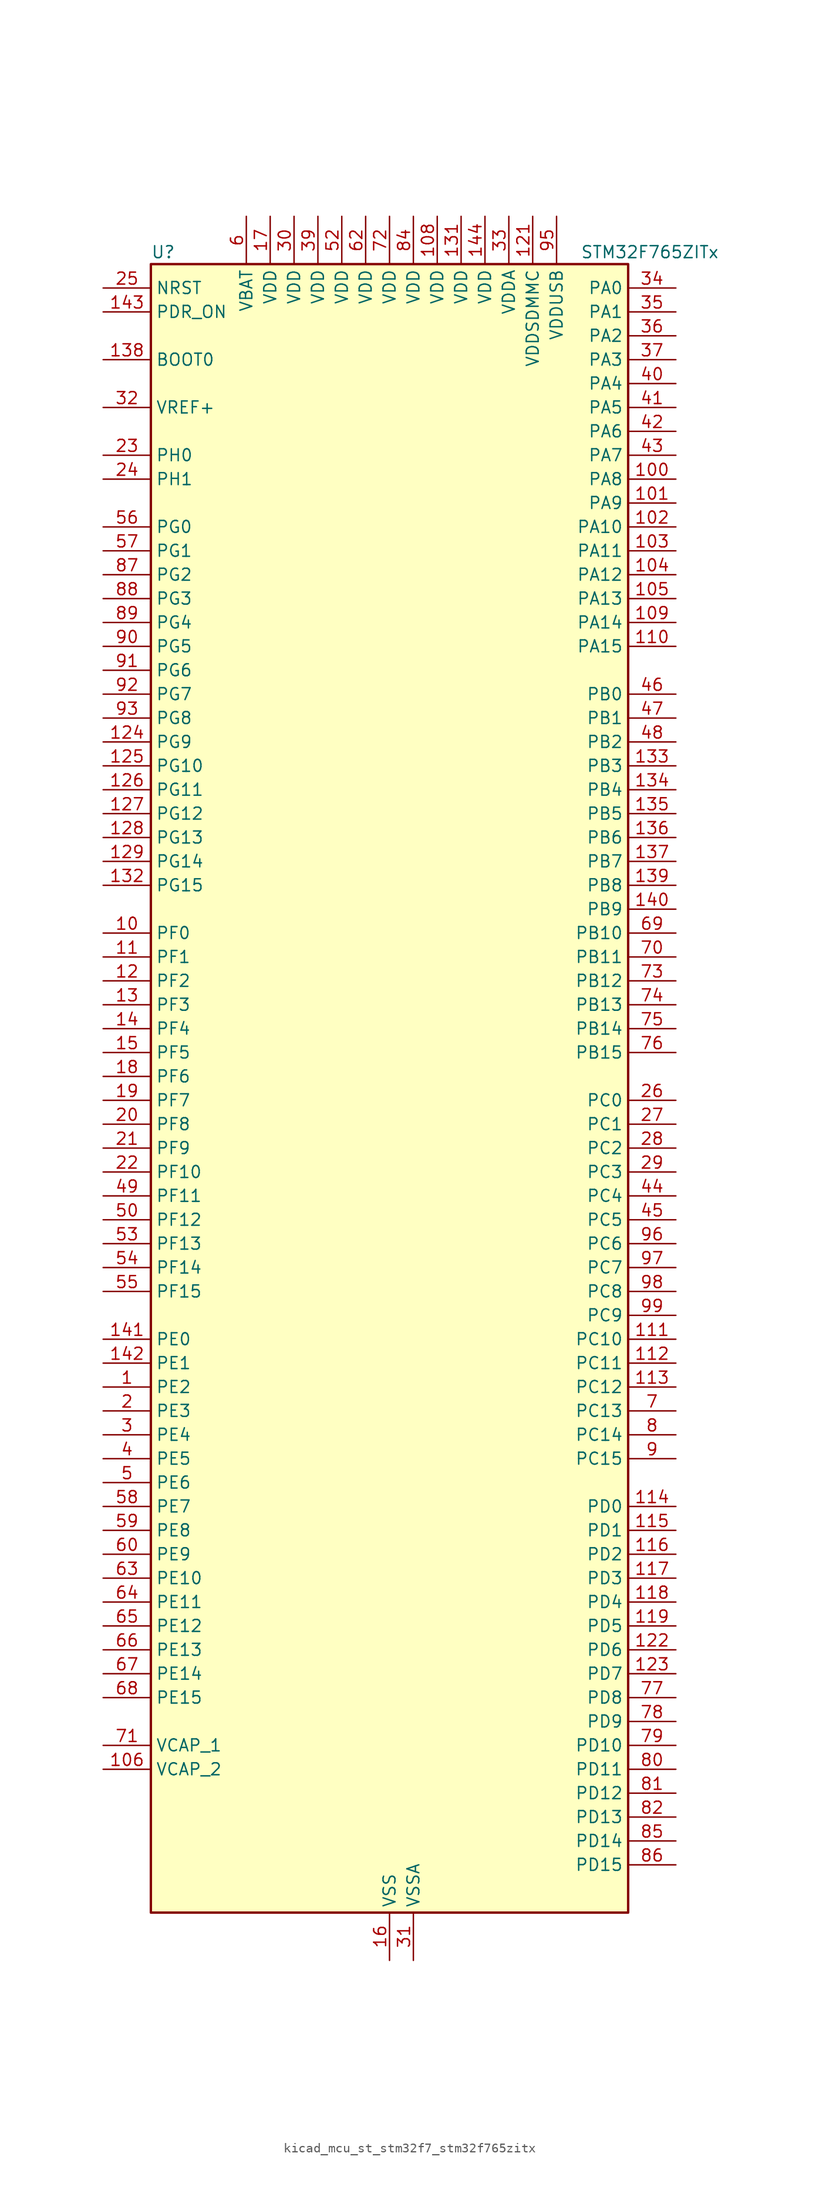
<source format=kicad_sym>
(kicad_symbol_lib
  (version 20220914)
  (generator kicad_symbol_editor)
  (symbol "kicad_mcu_st_stm32f7_stm32f765zitx"
    (property "Reference" "U"
      (at -25.4 90.17 0)
      (effects (font (size 1.27 1.27)) (justify left)))
    (property "Value" "STM32F765ZITx"
      (at 20.32 90.17 0)
      (effects (font (size 1.27 1.27)) (justify left)))
    (property "ki_locked" ""
      (at 0 0 0)
      (effects (font (size 1.27 1.27))))
    (symbol "kicad_mcu_st_stm32f7_stm32f765zitx_0_1"
      (rectangle (start -25.4 -86.36) (end 25.4 88.9) (stroke (width 0.254) (type default)) (fill (type background))))
    (symbol "kicad_mcu_st_stm32f7_stm32f765zitx_1_1"
      (pin bidirectional line (at -30.48 -30.48 0) (length 5.08) (name "PE2" (effects (font (size 1.27 1.27)))) (number "1" (effects (font (size 1.27 1.27)))) (alternate "ETH_TXD3" bidirectional line) (alternate "FMC_A23" bidirectional line) (alternate "QUADSPI_BK1_IO2" bidirectional line) (alternate "SAI1_MCLK_A" bidirectional line) (alternate "SPI4_SCK" bidirectional line) (alternate "SYS_TRACECLK" bidirectional line))
      (pin bidirectional line (at -30.48 17.78 0) (length 5.08) (name "PF0" (effects (font (size 1.27 1.27)))) (number "10" (effects (font (size 1.27 1.27)))) (alternate "FMC_A0" bidirectional line) (alternate "I2C2_SDA" bidirectional line))
      (pin bidirectional line (at 30.48 66.04 180) (length 5.08) (name "PA8" (effects (font (size 1.27 1.27)))) (number "100" (effects (font (size 1.27 1.27)))) (alternate "CAN3_RX" bidirectional line) (alternate "I2C3_SCL" bidirectional line) (alternate "RCC_MCO_1" bidirectional line) (alternate "TIM1_CH1" bidirectional line) (alternate "TIM8_BKIN2" bidirectional line) (alternate "UART7_RX" bidirectional line) (alternate "USART1_CK" bidirectional line) (alternate "USB_OTG_FS_SOF" bidirectional line))
      (pin bidirectional line (at 30.48 63.5 180) (length 5.08) (name "PA9" (effects (font (size 1.27 1.27)))) (number "101" (effects (font (size 1.27 1.27)))) (alternate "DAC_EXTI9" bidirectional line) (alternate "DCMI_D0" bidirectional line) (alternate "I2C3_SMBA" bidirectional line) (alternate "I2S2_CK" bidirectional line) (alternate "SPI2_SCK" bidirectional line) (alternate "TIM1_CH2" bidirectional line) (alternate "USART1_TX" bidirectional line) (alternate "USB_OTG_FS_VBUS" bidirectional line))
      (pin bidirectional line (at 30.48 60.96 180) (length 5.08) (name "PA10" (effects (font (size 1.27 1.27)))) (number "102" (effects (font (size 1.27 1.27)))) (alternate "DCMI_D1" bidirectional line) (alternate "MDIOS_MDIO" bidirectional line) (alternate "TIM1_CH3" bidirectional line) (alternate "USART1_RX" bidirectional line) (alternate "USB_OTG_FS_ID" bidirectional line))
      (pin bidirectional line (at 30.48 58.42 180) (length 5.08) (name "PA11" (effects (font (size 1.27 1.27)))) (number "103" (effects (font (size 1.27 1.27)))) (alternate "ADC1_EXTI11" bidirectional line) (alternate "ADC2_EXTI11" bidirectional line) (alternate "ADC3_EXTI11" bidirectional line) (alternate "CAN1_RX" bidirectional line) (alternate "I2S2_WS" bidirectional line) (alternate "SPI2_NSS" bidirectional line) (alternate "TIM1_CH4" bidirectional line) (alternate "UART4_RX" bidirectional line) (alternate "USART1_CTS" bidirectional line) (alternate "USB_OTG_FS_DM" bidirectional line))
      (pin bidirectional line (at 30.48 55.88 180) (length 5.08) (name "PA12" (effects (font (size 1.27 1.27)))) (number "104" (effects (font (size 1.27 1.27)))) (alternate "CAN1_TX" bidirectional line) (alternate "I2S2_CK" bidirectional line) (alternate "SAI2_FS_B" bidirectional line) (alternate "SPI2_SCK" bidirectional line) (alternate "TIM1_ETR" bidirectional line) (alternate "UART4_TX" bidirectional line) (alternate "USART1_DE" bidirectional line) (alternate "USART1_RTS" bidirectional line) (alternate "USB_OTG_FS_DP" bidirectional line))
      (pin bidirectional line (at 30.48 53.34 180) (length 5.08) (name "PA13" (effects (font (size 1.27 1.27)))) (number "105" (effects (font (size 1.27 1.27)))) (alternate "SYS_JTMS-SWDIO" bidirectional line))
      (pin power_out line (at -30.48 -71.12 0) (length 5.08) (name "VCAP_2" (effects (font (size 1.27 1.27)))) (number "106" (effects (font (size 1.27 1.27)))))
      (pin passive line (at 0 -91.44 90) (length 5.08) hide (name "VSS" (effects (font (size 1.27 1.27)))) (number "107" (effects (font (size 1.27 1.27)))))
      (pin power_in line (at 5.08 93.98 270) (length 5.08) (name "VDD" (effects (font (size 1.27 1.27)))) (number "108" (effects (font (size 1.27 1.27)))))
      (pin bidirectional line (at 30.48 50.8 180) (length 5.08) (name "PA14" (effects (font (size 1.27 1.27)))) (number "109" (effects (font (size 1.27 1.27)))) (alternate "SYS_JTCK-SWCLK" bidirectional line))
      (pin bidirectional line (at -30.48 15.24 0) (length 5.08) (name "PF1" (effects (font (size 1.27 1.27)))) (number "11" (effects (font (size 1.27 1.27)))) (alternate "FMC_A1" bidirectional line) (alternate "I2C2_SCL" bidirectional line))
      (pin bidirectional line (at 30.48 48.26 180) (length 5.08) (name "PA15" (effects (font (size 1.27 1.27)))) (number "110" (effects (font (size 1.27 1.27)))) (alternate "CAN3_TX" bidirectional line) (alternate "CEC" bidirectional line) (alternate "I2S1_WS" bidirectional line) (alternate "I2S3_WS" bidirectional line) (alternate "SPI1_NSS" bidirectional line) (alternate "SPI3_NSS" bidirectional line) (alternate "SPI6_NSS" bidirectional line) (alternate "SYS_JTDI" bidirectional line) (alternate "TIM2_CH1" bidirectional line) (alternate "TIM2_ETR" bidirectional line) (alternate "UART4_DE" bidirectional line) (alternate "UART4_RTS" bidirectional line) (alternate "UART7_TX" bidirectional line))
      (pin bidirectional line (at 30.48 -25.4 180) (length 5.08) (name "PC10" (effects (font (size 1.27 1.27)))) (number "111" (effects (font (size 1.27 1.27)))) (alternate "DCMI_D8" bidirectional line) (alternate "DFSDM1_CKIN5" bidirectional line) (alternate "I2S3_CK" bidirectional line) (alternate "QUADSPI_BK1_IO1" bidirectional line) (alternate "SDMMC1_D2" bidirectional line) (alternate "SPI3_SCK" bidirectional line) (alternate "UART4_TX" bidirectional line) (alternate "USART3_TX" bidirectional line))
      (pin bidirectional line (at 30.48 -27.94 180) (length 5.08) (name "PC11" (effects (font (size 1.27 1.27)))) (number "112" (effects (font (size 1.27 1.27)))) (alternate "ADC1_EXTI11" bidirectional line) (alternate "ADC2_EXTI11" bidirectional line) (alternate "ADC3_EXTI11" bidirectional line) (alternate "DCMI_D4" bidirectional line) (alternate "DFSDM1_DATIN5" bidirectional line) (alternate "QUADSPI_BK2_NCS" bidirectional line) (alternate "SDMMC1_D3" bidirectional line) (alternate "SPI3_MISO" bidirectional line) (alternate "UART4_RX" bidirectional line) (alternate "USART3_RX" bidirectional line))
      (pin bidirectional line (at 30.48 -30.48 180) (length 5.08) (name "PC12" (effects (font (size 1.27 1.27)))) (number "113" (effects (font (size 1.27 1.27)))) (alternate "DCMI_D9" bidirectional line) (alternate "I2S3_SD" bidirectional line) (alternate "SDMMC1_CK" bidirectional line) (alternate "SPI3_MOSI" bidirectional line) (alternate "SYS_TRACED3" bidirectional line) (alternate "UART5_TX" bidirectional line) (alternate "USART3_CK" bidirectional line))
      (pin bidirectional line (at 30.48 -43.18 180) (length 5.08) (name "PD0" (effects (font (size 1.27 1.27)))) (number "114" (effects (font (size 1.27 1.27)))) (alternate "CAN1_RX" bidirectional line) (alternate "DFSDM1_CKIN6" bidirectional line) (alternate "DFSDM1_DATIN7" bidirectional line) (alternate "FMC_D2" bidirectional line) (alternate "FMC_DA2" bidirectional line) (alternate "UART4_RX" bidirectional line))
      (pin bidirectional line (at 30.48 -45.72 180) (length 5.08) (name "PD1" (effects (font (size 1.27 1.27)))) (number "115" (effects (font (size 1.27 1.27)))) (alternate "CAN1_TX" bidirectional line) (alternate "DFSDM1_CKIN7" bidirectional line) (alternate "DFSDM1_DATIN6" bidirectional line) (alternate "FMC_D3" bidirectional line) (alternate "FMC_DA3" bidirectional line) (alternate "UART4_TX" bidirectional line))
      (pin bidirectional line (at 30.48 -48.26 180) (length 5.08) (name "PD2" (effects (font (size 1.27 1.27)))) (number "116" (effects (font (size 1.27 1.27)))) (alternate "DCMI_D11" bidirectional line) (alternate "SDMMC1_CMD" bidirectional line) (alternate "SYS_TRACED2" bidirectional line) (alternate "TIM3_ETR" bidirectional line) (alternate "UART5_RX" bidirectional line))
      (pin bidirectional line (at 30.48 -50.8 180) (length 5.08) (name "PD3" (effects (font (size 1.27 1.27)))) (number "117" (effects (font (size 1.27 1.27)))) (alternate "DCMI_D5" bidirectional line) (alternate "DFSDM1_CKOUT" bidirectional line) (alternate "DFSDM1_DATIN0" bidirectional line) (alternate "FMC_CLK" bidirectional line) (alternate "I2S2_CK" bidirectional line) (alternate "SPI2_SCK" bidirectional line) (alternate "USART2_CTS" bidirectional line))
      (pin bidirectional line (at 30.48 -53.34 180) (length 5.08) (name "PD4" (effects (font (size 1.27 1.27)))) (number "118" (effects (font (size 1.27 1.27)))) (alternate "DFSDM1_CKIN0" bidirectional line) (alternate "FMC_NOE" bidirectional line) (alternate "USART2_DE" bidirectional line) (alternate "USART2_RTS" bidirectional line))
      (pin bidirectional line (at 30.48 -55.88 180) (length 5.08) (name "PD5" (effects (font (size 1.27 1.27)))) (number "119" (effects (font (size 1.27 1.27)))) (alternate "FMC_NWE" bidirectional line) (alternate "USART2_TX" bidirectional line))
      (pin bidirectional line (at -30.48 12.7 0) (length 5.08) (name "PF2" (effects (font (size 1.27 1.27)))) (number "12" (effects (font (size 1.27 1.27)))) (alternate "FMC_A2" bidirectional line) (alternate "I2C2_SMBA" bidirectional line))
      (pin passive line (at 0 -91.44 90) (length 5.08) hide (name "VSS" (effects (font (size 1.27 1.27)))) (number "120" (effects (font (size 1.27 1.27)))))
      (pin power_in line (at 15.24 93.98 270) (length 5.08) (name "VDDSDMMC" (effects (font (size 1.27 1.27)))) (number "121" (effects (font (size 1.27 1.27)))))
      (pin bidirectional line (at 30.48 -58.42 180) (length 5.08) (name "PD6" (effects (font (size 1.27 1.27)))) (number "122" (effects (font (size 1.27 1.27)))) (alternate "DCMI_D10" bidirectional line) (alternate "DFSDM1_CKIN4" bidirectional line) (alternate "DFSDM1_DATIN1" bidirectional line) (alternate "FMC_NWAIT" bidirectional line) (alternate "I2S3_SD" bidirectional line) (alternate "SAI1_SD_A" bidirectional line) (alternate "SDMMC2_CK" bidirectional line) (alternate "SPI3_MOSI" bidirectional line) (alternate "USART2_RX" bidirectional line))
      (pin bidirectional line (at 30.48 -60.96 180) (length 5.08) (name "PD7" (effects (font (size 1.27 1.27)))) (number "123" (effects (font (size 1.27 1.27)))) (alternate "DFSDM1_CKIN1" bidirectional line) (alternate "DFSDM1_DATIN4" bidirectional line) (alternate "FMC_NE1" bidirectional line) (alternate "I2S1_SD" bidirectional line) (alternate "SDMMC2_CMD" bidirectional line) (alternate "SPDIFRX_IN0" bidirectional line) (alternate "SPI1_MOSI" bidirectional line) (alternate "USART2_CK" bidirectional line))
      (pin bidirectional line (at -30.48 38.1 0) (length 5.08) (name "PG9" (effects (font (size 1.27 1.27)))) (number "124" (effects (font (size 1.27 1.27)))) (alternate "DAC_EXTI9" bidirectional line) (alternate "DCMI_VSYNC" bidirectional line) (alternate "FMC_NCE" bidirectional line) (alternate "FMC_NE2" bidirectional line) (alternate "QUADSPI_BK2_IO2" bidirectional line) (alternate "SAI2_FS_B" bidirectional line) (alternate "SDMMC2_D0" bidirectional line) (alternate "SPDIFRX_IN3" bidirectional line) (alternate "SPI1_MISO" bidirectional line) (alternate "USART6_RX" bidirectional line))
      (pin bidirectional line (at -30.48 35.56 0) (length 5.08) (name "PG10" (effects (font (size 1.27 1.27)))) (number "125" (effects (font (size 1.27 1.27)))) (alternate "DCMI_D2" bidirectional line) (alternate "FMC_NE3" bidirectional line) (alternate "I2S1_WS" bidirectional line) (alternate "SAI2_SD_B" bidirectional line) (alternate "SDMMC2_D1" bidirectional line) (alternate "SPI1_NSS" bidirectional line))
      (pin bidirectional line (at -30.48 33.02 0) (length 5.08) (name "PG11" (effects (font (size 1.27 1.27)))) (number "126" (effects (font (size 1.27 1.27)))) (alternate "ADC1_EXTI11" bidirectional line) (alternate "ADC2_EXTI11" bidirectional line) (alternate "ADC3_EXTI11" bidirectional line) (alternate "DCMI_D3" bidirectional line) (alternate "ETH_TX_EN" bidirectional line) (alternate "I2S1_CK" bidirectional line) (alternate "SDMMC2_D2" bidirectional line) (alternate "SPDIFRX_IN0" bidirectional line) (alternate "SPI1_SCK" bidirectional line))
      (pin bidirectional line (at -30.48 30.48 0) (length 5.08) (name "PG12" (effects (font (size 1.27 1.27)))) (number "127" (effects (font (size 1.27 1.27)))) (alternate "FMC_NE4" bidirectional line) (alternate "LPTIM1_IN1" bidirectional line) (alternate "SDMMC2_D3" bidirectional line) (alternate "SPDIFRX_IN1" bidirectional line) (alternate "SPI6_MISO" bidirectional line) (alternate "USART6_DE" bidirectional line) (alternate "USART6_RTS" bidirectional line))
      (pin bidirectional line (at -30.48 27.94 0) (length 5.08) (name "PG13" (effects (font (size 1.27 1.27)))) (number "128" (effects (font (size 1.27 1.27)))) (alternate "ETH_TXD0" bidirectional line) (alternate "FMC_A24" bidirectional line) (alternate "LPTIM1_OUT" bidirectional line) (alternate "SPI6_SCK" bidirectional line) (alternate "SYS_TRACED0" bidirectional line) (alternate "USART6_CTS" bidirectional line))
      (pin bidirectional line (at -30.48 25.4 0) (length 5.08) (name "PG14" (effects (font (size 1.27 1.27)))) (number "129" (effects (font (size 1.27 1.27)))) (alternate "ETH_TXD1" bidirectional line) (alternate "FMC_A25" bidirectional line) (alternate "LPTIM1_ETR" bidirectional line) (alternate "QUADSPI_BK2_IO3" bidirectional line) (alternate "SPI6_MOSI" bidirectional line) (alternate "SYS_TRACED1" bidirectional line) (alternate "USART6_TX" bidirectional line))
      (pin bidirectional line (at -30.48 10.16 0) (length 5.08) (name "PF3" (effects (font (size 1.27 1.27)))) (number "13" (effects (font (size 1.27 1.27)))) (alternate "ADC3_IN9" bidirectional line) (alternate "FMC_A3" bidirectional line))
      (pin passive line (at 0 -91.44 90) (length 5.08) hide (name "VSS" (effects (font (size 1.27 1.27)))) (number "130" (effects (font (size 1.27 1.27)))))
      (pin power_in line (at 7.62 93.98 270) (length 5.08) (name "VDD" (effects (font (size 1.27 1.27)))) (number "131" (effects (font (size 1.27 1.27)))))
      (pin bidirectional line (at -30.48 22.86 0) (length 5.08) (name "PG15" (effects (font (size 1.27 1.27)))) (number "132" (effects (font (size 1.27 1.27)))) (alternate "DCMI_D13" bidirectional line) (alternate "FMC_SDNCAS" bidirectional line) (alternate "USART6_CTS" bidirectional line))
      (pin bidirectional line (at 30.48 35.56 180) (length 5.08) (name "PB3" (effects (font (size 1.27 1.27)))) (number "133" (effects (font (size 1.27 1.27)))) (alternate "CAN3_RX" bidirectional line) (alternate "I2S1_CK" bidirectional line) (alternate "I2S3_CK" bidirectional line) (alternate "SDMMC2_D2" bidirectional line) (alternate "SPI1_SCK" bidirectional line) (alternate "SPI3_SCK" bidirectional line) (alternate "SPI6_SCK" bidirectional line) (alternate "SYS_JTDO-SWO" bidirectional line) (alternate "TIM2_CH2" bidirectional line) (alternate "UART7_RX" bidirectional line))
      (pin bidirectional line (at 30.48 33.02 180) (length 5.08) (name "PB4" (effects (font (size 1.27 1.27)))) (number "134" (effects (font (size 1.27 1.27)))) (alternate "CAN3_TX" bidirectional line) (alternate "I2S2_WS" bidirectional line) (alternate "SDMMC2_D3" bidirectional line) (alternate "SPI1_MISO" bidirectional line) (alternate "SPI2_NSS" bidirectional line) (alternate "SPI3_MISO" bidirectional line) (alternate "SPI6_MISO" bidirectional line) (alternate "SYS_JTRST" bidirectional line) (alternate "TIM3_CH1" bidirectional line) (alternate "UART7_TX" bidirectional line))
      (pin bidirectional line (at 30.48 30.48 180) (length 5.08) (name "PB5" (effects (font (size 1.27 1.27)))) (number "135" (effects (font (size 1.27 1.27)))) (alternate "CAN2_RX" bidirectional line) (alternate "DCMI_D10" bidirectional line) (alternate "ETH_PPS_OUT" bidirectional line) (alternate "FMC_SDCKE1" bidirectional line) (alternate "I2C1_SMBA" bidirectional line) (alternate "I2S1_SD" bidirectional line) (alternate "I2S3_SD" bidirectional line) (alternate "SPI1_MOSI" bidirectional line) (alternate "SPI3_MOSI" bidirectional line) (alternate "SPI6_MOSI" bidirectional line) (alternate "TIM3_CH2" bidirectional line) (alternate "UART5_RX" bidirectional line) (alternate "USB_OTG_HS_ULPI_D7" bidirectional line))
      (pin bidirectional line (at 30.48 27.94 180) (length 5.08) (name "PB6" (effects (font (size 1.27 1.27)))) (number "136" (effects (font (size 1.27 1.27)))) (alternate "CAN2_TX" bidirectional line) (alternate "CEC" bidirectional line) (alternate "DCMI_D5" bidirectional line) (alternate "DFSDM1_DATIN5" bidirectional line) (alternate "FMC_SDNE1" bidirectional line) (alternate "I2C1_SCL" bidirectional line) (alternate "I2C4_SCL" bidirectional line) (alternate "QUADSPI_BK1_NCS" bidirectional line) (alternate "TIM4_CH1" bidirectional line) (alternate "UART5_TX" bidirectional line) (alternate "USART1_TX" bidirectional line))
      (pin bidirectional line (at 30.48 25.4 180) (length 5.08) (name "PB7" (effects (font (size 1.27 1.27)))) (number "137" (effects (font (size 1.27 1.27)))) (alternate "DCMI_VSYNC" bidirectional line) (alternate "DFSDM1_CKIN5" bidirectional line) (alternate "FMC_NL" bidirectional line) (alternate "I2C1_SDA" bidirectional line) (alternate "I2C4_SDA" bidirectional line) (alternate "TIM4_CH2" bidirectional line) (alternate "USART1_RX" bidirectional line))
      (pin input line (at -30.48 78.74 0) (length 5.08) (name "BOOT0" (effects (font (size 1.27 1.27)))) (number "138" (effects (font (size 1.27 1.27)))))
      (pin bidirectional line (at 30.48 22.86 180) (length 5.08) (name "PB8" (effects (font (size 1.27 1.27)))) (number "139" (effects (font (size 1.27 1.27)))) (alternate "CAN1_RX" bidirectional line) (alternate "DCMI_D6" bidirectional line) (alternate "DFSDM1_CKIN7" bidirectional line) (alternate "ETH_TXD3" bidirectional line) (alternate "I2C1_SCL" bidirectional line) (alternate "I2C4_SCL" bidirectional line) (alternate "SDMMC1_D4" bidirectional line) (alternate "SDMMC2_D4" bidirectional line) (alternate "TIM10_CH1" bidirectional line) (alternate "TIM4_CH3" bidirectional line) (alternate "UART5_RX" bidirectional line))
      (pin bidirectional line (at -30.48 7.62 0) (length 5.08) (name "PF4" (effects (font (size 1.27 1.27)))) (number "14" (effects (font (size 1.27 1.27)))) (alternate "ADC3_IN14" bidirectional line) (alternate "FMC_A4" bidirectional line))
      (pin bidirectional line (at 30.48 20.32 180) (length 5.08) (name "PB9" (effects (font (size 1.27 1.27)))) (number "140" (effects (font (size 1.27 1.27)))) (alternate "CAN1_TX" bidirectional line) (alternate "DAC_EXTI9" bidirectional line) (alternate "DCMI_D7" bidirectional line) (alternate "DFSDM1_DATIN7" bidirectional line) (alternate "I2C1_SDA" bidirectional line) (alternate "I2C4_SDA" bidirectional line) (alternate "I2C4_SMBA" bidirectional line) (alternate "I2S2_WS" bidirectional line) (alternate "SDMMC1_D5" bidirectional line) (alternate "SDMMC2_D5" bidirectional line) (alternate "SPI2_NSS" bidirectional line) (alternate "TIM11_CH1" bidirectional line) (alternate "TIM4_CH4" bidirectional line) (alternate "UART5_TX" bidirectional line))
      (pin bidirectional line (at -30.48 -25.4 0) (length 5.08) (name "PE0" (effects (font (size 1.27 1.27)))) (number "141" (effects (font (size 1.27 1.27)))) (alternate "DCMI_D2" bidirectional line) (alternate "FMC_NBL0" bidirectional line) (alternate "LPTIM1_ETR" bidirectional line) (alternate "SAI2_MCLK_A" bidirectional line) (alternate "TIM4_ETR" bidirectional line) (alternate "UART8_RX" bidirectional line))
      (pin bidirectional line (at -30.48 -27.94 0) (length 5.08) (name "PE1" (effects (font (size 1.27 1.27)))) (number "142" (effects (font (size 1.27 1.27)))) (alternate "DCMI_D3" bidirectional line) (alternate "FMC_NBL1" bidirectional line) (alternate "LPTIM1_IN2" bidirectional line) (alternate "UART8_TX" bidirectional line))
      (pin input line (at -30.48 83.82 0) (length 5.08) (name "PDR_ON" (effects (font (size 1.27 1.27)))) (number "143" (effects (font (size 1.27 1.27)))))
      (pin power_in line (at 10.16 93.98 270) (length 5.08) (name "VDD" (effects (font (size 1.27 1.27)))) (number "144" (effects (font (size 1.27 1.27)))))
      (pin bidirectional line (at -30.48 5.08 0) (length 5.08) (name "PF5" (effects (font (size 1.27 1.27)))) (number "15" (effects (font (size 1.27 1.27)))) (alternate "ADC3_IN15" bidirectional line) (alternate "FMC_A5" bidirectional line))
      (pin power_in line (at 0 -91.44 90) (length 5.08) (name "VSS" (effects (font (size 1.27 1.27)))) (number "16" (effects (font (size 1.27 1.27)))))
      (pin power_in line (at -12.7 93.98 270) (length 5.08) (name "VDD" (effects (font (size 1.27 1.27)))) (number "17" (effects (font (size 1.27 1.27)))))
      (pin bidirectional line (at -30.48 2.54 0) (length 5.08) (name "PF6" (effects (font (size 1.27 1.27)))) (number "18" (effects (font (size 1.27 1.27)))) (alternate "ADC3_IN4" bidirectional line) (alternate "QUADSPI_BK1_IO3" bidirectional line) (alternate "SAI1_SD_B" bidirectional line) (alternate "SPI5_NSS" bidirectional line) (alternate "TIM10_CH1" bidirectional line) (alternate "UART7_RX" bidirectional line))
      (pin bidirectional line (at -30.48 0 0) (length 5.08) (name "PF7" (effects (font (size 1.27 1.27)))) (number "19" (effects (font (size 1.27 1.27)))) (alternate "ADC3_IN5" bidirectional line) (alternate "QUADSPI_BK1_IO2" bidirectional line) (alternate "SAI1_MCLK_B" bidirectional line) (alternate "SPI5_SCK" bidirectional line) (alternate "TIM11_CH1" bidirectional line) (alternate "UART7_TX" bidirectional line))
      (pin bidirectional line (at -30.48 -33.02 0) (length 5.08) (name "PE3" (effects (font (size 1.27 1.27)))) (number "2" (effects (font (size 1.27 1.27)))) (alternate "FMC_A19" bidirectional line) (alternate "SAI1_SD_B" bidirectional line) (alternate "SYS_TRACED0" bidirectional line))
      (pin bidirectional line (at -30.48 -2.54 0) (length 5.08) (name "PF8" (effects (font (size 1.27 1.27)))) (number "20" (effects (font (size 1.27 1.27)))) (alternate "ADC3_IN6" bidirectional line) (alternate "QUADSPI_BK1_IO0" bidirectional line) (alternate "SAI1_SCK_B" bidirectional line) (alternate "SPI5_MISO" bidirectional line) (alternate "TIM13_CH1" bidirectional line) (alternate "UART7_DE" bidirectional line) (alternate "UART7_RTS" bidirectional line))
      (pin bidirectional line (at -30.48 -5.08 0) (length 5.08) (name "PF9" (effects (font (size 1.27 1.27)))) (number "21" (effects (font (size 1.27 1.27)))) (alternate "ADC3_IN7" bidirectional line) (alternate "DAC_EXTI9" bidirectional line) (alternate "QUADSPI_BK1_IO1" bidirectional line) (alternate "SAI1_FS_B" bidirectional line) (alternate "SPI5_MOSI" bidirectional line) (alternate "TIM14_CH1" bidirectional line) (alternate "UART7_CTS" bidirectional line))
      (pin bidirectional line (at -30.48 -7.62 0) (length 5.08) (name "PF10" (effects (font (size 1.27 1.27)))) (number "22" (effects (font (size 1.27 1.27)))) (alternate "ADC3_IN8" bidirectional line) (alternate "DCMI_D11" bidirectional line) (alternate "QUADSPI_CLK" bidirectional line))
      (pin bidirectional line (at -30.48 68.58 0) (length 5.08) (name "PH0" (effects (font (size 1.27 1.27)))) (number "23" (effects (font (size 1.27 1.27)))) (alternate "RCC_OSC_IN" bidirectional line))
      (pin bidirectional line (at -30.48 66.04 0) (length 5.08) (name "PH1" (effects (font (size 1.27 1.27)))) (number "24" (effects (font (size 1.27 1.27)))) (alternate "RCC_OSC_OUT" bidirectional line))
      (pin input line (at -30.48 86.36 0) (length 5.08) (name "NRST" (effects (font (size 1.27 1.27)))) (number "25" (effects (font (size 1.27 1.27)))))
      (pin bidirectional line (at 30.48 0 180) (length 5.08) (name "PC0" (effects (font (size 1.27 1.27)))) (number "26" (effects (font (size 1.27 1.27)))) (alternate "ADC1_IN10" bidirectional line) (alternate "ADC2_IN10" bidirectional line) (alternate "ADC3_IN10" bidirectional line) (alternate "DFSDM1_CKIN0" bidirectional line) (alternate "DFSDM1_DATIN4" bidirectional line) (alternate "FMC_SDNWE" bidirectional line) (alternate "SAI2_FS_B" bidirectional line) (alternate "USB_OTG_HS_ULPI_STP" bidirectional line))
      (pin bidirectional line (at 30.48 -2.54 180) (length 5.08) (name "PC1" (effects (font (size 1.27 1.27)))) (number "27" (effects (font (size 1.27 1.27)))) (alternate "ADC1_IN11" bidirectional line) (alternate "ADC2_IN11" bidirectional line) (alternate "ADC3_IN11" bidirectional line) (alternate "DFSDM1_CKIN4" bidirectional line) (alternate "DFSDM1_DATIN0" bidirectional line) (alternate "ETH_MDC" bidirectional line) (alternate "I2S2_SD" bidirectional line) (alternate "MDIOS_MDC" bidirectional line) (alternate "RTC_TAMP3" bidirectional line) (alternate "RTC_TS" bidirectional line) (alternate "SAI1_SD_A" bidirectional line) (alternate "SPI2_MOSI" bidirectional line) (alternate "SYS_TRACED0" bidirectional line) (alternate "SYS_WKUP3" bidirectional line))
      (pin bidirectional line (at 30.48 -5.08 180) (length 5.08) (name "PC2" (effects (font (size 1.27 1.27)))) (number "28" (effects (font (size 1.27 1.27)))) (alternate "ADC1_IN12" bidirectional line) (alternate "ADC2_IN12" bidirectional line) (alternate "ADC3_IN12" bidirectional line) (alternate "DFSDM1_CKIN1" bidirectional line) (alternate "DFSDM1_CKOUT" bidirectional line) (alternate "ETH_TXD2" bidirectional line) (alternate "FMC_SDNE0" bidirectional line) (alternate "SPI2_MISO" bidirectional line) (alternate "USB_OTG_HS_ULPI_DIR" bidirectional line))
      (pin bidirectional line (at 30.48 -7.62 180) (length 5.08) (name "PC3" (effects (font (size 1.27 1.27)))) (number "29" (effects (font (size 1.27 1.27)))) (alternate "ADC1_IN13" bidirectional line) (alternate "ADC2_IN13" bidirectional line) (alternate "ADC3_IN13" bidirectional line) (alternate "DFSDM1_DATIN1" bidirectional line) (alternate "ETH_TX_CLK" bidirectional line) (alternate "FMC_SDCKE0" bidirectional line) (alternate "I2S2_SD" bidirectional line) (alternate "SPI2_MOSI" bidirectional line) (alternate "USB_OTG_HS_ULPI_NXT" bidirectional line))
      (pin bidirectional line (at -30.48 -35.56 0) (length 5.08) (name "PE4" (effects (font (size 1.27 1.27)))) (number "3" (effects (font (size 1.27 1.27)))) (alternate "DCMI_D4" bidirectional line) (alternate "DFSDM1_DATIN3" bidirectional line) (alternate "FMC_A20" bidirectional line) (alternate "SAI1_FS_A" bidirectional line) (alternate "SPI4_NSS" bidirectional line) (alternate "SYS_TRACED1" bidirectional line))
      (pin power_in line (at -10.16 93.98 270) (length 5.08) (name "VDD" (effects (font (size 1.27 1.27)))) (number "30" (effects (font (size 1.27 1.27)))))
      (pin power_in line (at 2.54 -91.44 90) (length 5.08) (name "VSSA" (effects (font (size 1.27 1.27)))) (number "31" (effects (font (size 1.27 1.27)))))
      (pin input line (at -30.48 73.66 0) (length 5.08) (name "VREF+" (effects (font (size 1.27 1.27)))) (number "32" (effects (font (size 1.27 1.27)))))
      (pin power_in line (at 12.7 93.98 270) (length 5.08) (name "VDDA" (effects (font (size 1.27 1.27)))) (number "33" (effects (font (size 1.27 1.27)))))
      (pin bidirectional line (at 30.48 86.36 180) (length 5.08) (name "PA0" (effects (font (size 1.27 1.27)))) (number "34" (effects (font (size 1.27 1.27)))) (alternate "ADC1_IN0" bidirectional line) (alternate "ADC2_IN0" bidirectional line) (alternate "ADC3_IN0" bidirectional line) (alternate "ETH_CRS" bidirectional line) (alternate "SAI2_SD_B" bidirectional line) (alternate "SYS_WKUP1" bidirectional line) (alternate "TIM2_CH1" bidirectional line) (alternate "TIM2_ETR" bidirectional line) (alternate "TIM5_CH1" bidirectional line) (alternate "TIM8_ETR" bidirectional line) (alternate "UART4_TX" bidirectional line) (alternate "USART2_CTS" bidirectional line))
      (pin bidirectional line (at 30.48 83.82 180) (length 5.08) (name "PA1" (effects (font (size 1.27 1.27)))) (number "35" (effects (font (size 1.27 1.27)))) (alternate "ADC1_IN1" bidirectional line) (alternate "ADC2_IN1" bidirectional line) (alternate "ADC3_IN1" bidirectional line) (alternate "ETH_REF_CLK" bidirectional line) (alternate "ETH_RX_CLK" bidirectional line) (alternate "QUADSPI_BK1_IO3" bidirectional line) (alternate "SAI2_MCLK_B" bidirectional line) (alternate "TIM2_CH2" bidirectional line) (alternate "TIM5_CH2" bidirectional line) (alternate "UART4_RX" bidirectional line) (alternate "USART2_DE" bidirectional line) (alternate "USART2_RTS" bidirectional line))
      (pin bidirectional line (at 30.48 81.28 180) (length 5.08) (name "PA2" (effects (font (size 1.27 1.27)))) (number "36" (effects (font (size 1.27 1.27)))) (alternate "ADC1_IN2" bidirectional line) (alternate "ADC2_IN2" bidirectional line) (alternate "ADC3_IN2" bidirectional line) (alternate "ETH_MDIO" bidirectional line) (alternate "MDIOS_MDIO" bidirectional line) (alternate "SAI2_SCK_B" bidirectional line) (alternate "SYS_WKUP2" bidirectional line) (alternate "TIM2_CH3" bidirectional line) (alternate "TIM5_CH3" bidirectional line) (alternate "TIM9_CH1" bidirectional line) (alternate "USART2_TX" bidirectional line))
      (pin bidirectional line (at 30.48 78.74 180) (length 5.08) (name "PA3" (effects (font (size 1.27 1.27)))) (number "37" (effects (font (size 1.27 1.27)))) (alternate "ADC1_IN3" bidirectional line) (alternate "ADC2_IN3" bidirectional line) (alternate "ADC3_IN3" bidirectional line) (alternate "ETH_COL" bidirectional line) (alternate "TIM2_CH4" bidirectional line) (alternate "TIM5_CH4" bidirectional line) (alternate "TIM9_CH2" bidirectional line) (alternate "USART2_RX" bidirectional line) (alternate "USB_OTG_HS_ULPI_D0" bidirectional line))
      (pin passive line (at 0 -91.44 90) (length 5.08) hide (name "VSS" (effects (font (size 1.27 1.27)))) (number "38" (effects (font (size 1.27 1.27)))))
      (pin power_in line (at -7.62 93.98 270) (length 5.08) (name "VDD" (effects (font (size 1.27 1.27)))) (number "39" (effects (font (size 1.27 1.27)))))
      (pin bidirectional line (at -30.48 -38.1 0) (length 5.08) (name "PE5" (effects (font (size 1.27 1.27)))) (number "4" (effects (font (size 1.27 1.27)))) (alternate "DCMI_D6" bidirectional line) (alternate "DFSDM1_CKIN3" bidirectional line) (alternate "FMC_A21" bidirectional line) (alternate "SAI1_SCK_A" bidirectional line) (alternate "SPI4_MISO" bidirectional line) (alternate "SYS_TRACED2" bidirectional line) (alternate "TIM9_CH1" bidirectional line))
      (pin bidirectional line (at 30.48 76.2 180) (length 5.08) (name "PA4" (effects (font (size 1.27 1.27)))) (number "40" (effects (font (size 1.27 1.27)))) (alternate "ADC1_IN4" bidirectional line) (alternate "ADC2_IN4" bidirectional line) (alternate "DAC_OUT1" bidirectional line) (alternate "DCMI_HSYNC" bidirectional line) (alternate "I2S1_WS" bidirectional line) (alternate "I2S3_WS" bidirectional line) (alternate "SPI1_NSS" bidirectional line) (alternate "SPI3_NSS" bidirectional line) (alternate "SPI6_NSS" bidirectional line) (alternate "USART2_CK" bidirectional line) (alternate "USB_OTG_HS_SOF" bidirectional line))
      (pin bidirectional line (at 30.48 73.66 180) (length 5.08) (name "PA5" (effects (font (size 1.27 1.27)))) (number "41" (effects (font (size 1.27 1.27)))) (alternate "ADC1_IN5" bidirectional line) (alternate "ADC2_IN5" bidirectional line) (alternate "DAC_OUT2" bidirectional line) (alternate "I2S1_CK" bidirectional line) (alternate "SPI1_SCK" bidirectional line) (alternate "SPI6_SCK" bidirectional line) (alternate "TIM2_CH1" bidirectional line) (alternate "TIM2_ETR" bidirectional line) (alternate "TIM8_CH1N" bidirectional line) (alternate "USB_OTG_HS_ULPI_CK" bidirectional line))
      (pin bidirectional line (at 30.48 71.12 180) (length 5.08) (name "PA6" (effects (font (size 1.27 1.27)))) (number "42" (effects (font (size 1.27 1.27)))) (alternate "ADC1_IN6" bidirectional line) (alternate "ADC2_IN6" bidirectional line) (alternate "DCMI_PIXCLK" bidirectional line) (alternate "MDIOS_MDC" bidirectional line) (alternate "SPI1_MISO" bidirectional line) (alternate "SPI6_MISO" bidirectional line) (alternate "TIM13_CH1" bidirectional line) (alternate "TIM1_BKIN" bidirectional line) (alternate "TIM3_CH1" bidirectional line) (alternate "TIM8_BKIN" bidirectional line))
      (pin bidirectional line (at 30.48 68.58 180) (length 5.08) (name "PA7" (effects (font (size 1.27 1.27)))) (number "43" (effects (font (size 1.27 1.27)))) (alternate "ADC1_IN7" bidirectional line) (alternate "ADC2_IN7" bidirectional line) (alternate "ETH_CRS_DV" bidirectional line) (alternate "ETH_RX_DV" bidirectional line) (alternate "FMC_SDNWE" bidirectional line) (alternate "I2S1_SD" bidirectional line) (alternate "SPI1_MOSI" bidirectional line) (alternate "SPI6_MOSI" bidirectional line) (alternate "TIM14_CH1" bidirectional line) (alternate "TIM1_CH1N" bidirectional line) (alternate "TIM3_CH2" bidirectional line) (alternate "TIM8_CH1N" bidirectional line))
      (pin bidirectional line (at 30.48 -10.16 180) (length 5.08) (name "PC4" (effects (font (size 1.27 1.27)))) (number "44" (effects (font (size 1.27 1.27)))) (alternate "ADC1_IN14" bidirectional line) (alternate "ADC2_IN14" bidirectional line) (alternate "DFSDM1_CKIN2" bidirectional line) (alternate "ETH_RXD0" bidirectional line) (alternate "FMC_SDNE0" bidirectional line) (alternate "I2S1_MCK" bidirectional line) (alternate "SPDIFRX_IN2" bidirectional line))
      (pin bidirectional line (at 30.48 -12.7 180) (length 5.08) (name "PC5" (effects (font (size 1.27 1.27)))) (number "45" (effects (font (size 1.27 1.27)))) (alternate "ADC1_IN15" bidirectional line) (alternate "ADC2_IN15" bidirectional line) (alternate "DFSDM1_DATIN2" bidirectional line) (alternate "ETH_RXD1" bidirectional line) (alternate "FMC_SDCKE0" bidirectional line) (alternate "SPDIFRX_IN3" bidirectional line))
      (pin bidirectional line (at 30.48 43.18 180) (length 5.08) (name "PB0" (effects (font (size 1.27 1.27)))) (number "46" (effects (font (size 1.27 1.27)))) (alternate "ADC1_IN8" bidirectional line) (alternate "ADC2_IN8" bidirectional line) (alternate "DFSDM1_CKOUT" bidirectional line) (alternate "ETH_RXD2" bidirectional line) (alternate "TIM1_CH2N" bidirectional line) (alternate "TIM3_CH3" bidirectional line) (alternate "TIM8_CH2N" bidirectional line) (alternate "UART4_CTS" bidirectional line) (alternate "USB_OTG_HS_ULPI_D1" bidirectional line))
      (pin bidirectional line (at 30.48 40.64 180) (length 5.08) (name "PB1" (effects (font (size 1.27 1.27)))) (number "47" (effects (font (size 1.27 1.27)))) (alternate "ADC1_IN9" bidirectional line) (alternate "ADC2_IN9" bidirectional line) (alternate "DFSDM1_DATIN1" bidirectional line) (alternate "ETH_RXD3" bidirectional line) (alternate "TIM1_CH3N" bidirectional line) (alternate "TIM3_CH4" bidirectional line) (alternate "TIM8_CH3N" bidirectional line) (alternate "USB_OTG_HS_ULPI_D2" bidirectional line))
      (pin bidirectional line (at 30.48 38.1 180) (length 5.08) (name "PB2" (effects (font (size 1.27 1.27)))) (number "48" (effects (font (size 1.27 1.27)))) (alternate "DFSDM1_CKIN1" bidirectional line) (alternate "I2S3_SD" bidirectional line) (alternate "QUADSPI_CLK" bidirectional line) (alternate "SAI1_SD_A" bidirectional line) (alternate "SPI3_MOSI" bidirectional line))
      (pin bidirectional line (at -30.48 -10.16 0) (length 5.08) (name "PF11" (effects (font (size 1.27 1.27)))) (number "49" (effects (font (size 1.27 1.27)))) (alternate "ADC1_EXTI11" bidirectional line) (alternate "ADC2_EXTI11" bidirectional line) (alternate "ADC3_EXTI11" bidirectional line) (alternate "DCMI_D12" bidirectional line) (alternate "FMC_SDNRAS" bidirectional line) (alternate "SAI2_SD_B" bidirectional line) (alternate "SPI5_MOSI" bidirectional line))
      (pin bidirectional line (at -30.48 -40.64 0) (length 5.08) (name "PE6" (effects (font (size 1.27 1.27)))) (number "5" (effects (font (size 1.27 1.27)))) (alternate "DCMI_D7" bidirectional line) (alternate "FMC_A22" bidirectional line) (alternate "SAI1_SD_A" bidirectional line) (alternate "SAI2_MCLK_B" bidirectional line) (alternate "SPI4_MOSI" bidirectional line) (alternate "SYS_TRACED3" bidirectional line) (alternate "TIM1_BKIN2" bidirectional line) (alternate "TIM9_CH2" bidirectional line))
      (pin bidirectional line (at -30.48 -12.7 0) (length 5.08) (name "PF12" (effects (font (size 1.27 1.27)))) (number "50" (effects (font (size 1.27 1.27)))) (alternate "FMC_A6" bidirectional line))
      (pin passive line (at 0 -91.44 90) (length 5.08) hide (name "VSS" (effects (font (size 1.27 1.27)))) (number "51" (effects (font (size 1.27 1.27)))))
      (pin power_in line (at -5.08 93.98 270) (length 5.08) (name "VDD" (effects (font (size 1.27 1.27)))) (number "52" (effects (font (size 1.27 1.27)))))
      (pin bidirectional line (at -30.48 -15.24 0) (length 5.08) (name "PF13" (effects (font (size 1.27 1.27)))) (number "53" (effects (font (size 1.27 1.27)))) (alternate "DFSDM1_DATIN6" bidirectional line) (alternate "FMC_A7" bidirectional line) (alternate "I2C4_SMBA" bidirectional line))
      (pin bidirectional line (at -30.48 -17.78 0) (length 5.08) (name "PF14" (effects (font (size 1.27 1.27)))) (number "54" (effects (font (size 1.27 1.27)))) (alternate "DFSDM1_CKIN6" bidirectional line) (alternate "FMC_A8" bidirectional line) (alternate "I2C4_SCL" bidirectional line))
      (pin bidirectional line (at -30.48 -20.32 0) (length 5.08) (name "PF15" (effects (font (size 1.27 1.27)))) (number "55" (effects (font (size 1.27 1.27)))) (alternate "FMC_A9" bidirectional line) (alternate "I2C4_SDA" bidirectional line))
      (pin bidirectional line (at -30.48 60.96 0) (length 5.08) (name "PG0" (effects (font (size 1.27 1.27)))) (number "56" (effects (font (size 1.27 1.27)))) (alternate "FMC_A10" bidirectional line))
      (pin bidirectional line (at -30.48 58.42 0) (length 5.08) (name "PG1" (effects (font (size 1.27 1.27)))) (number "57" (effects (font (size 1.27 1.27)))) (alternate "FMC_A11" bidirectional line))
      (pin bidirectional line (at -30.48 -43.18 0) (length 5.08) (name "PE7" (effects (font (size 1.27 1.27)))) (number "58" (effects (font (size 1.27 1.27)))) (alternate "DFSDM1_DATIN2" bidirectional line) (alternate "FMC_D4" bidirectional line) (alternate "FMC_DA4" bidirectional line) (alternate "QUADSPI_BK2_IO0" bidirectional line) (alternate "TIM1_ETR" bidirectional line) (alternate "UART7_RX" bidirectional line))
      (pin bidirectional line (at -30.48 -45.72 0) (length 5.08) (name "PE8" (effects (font (size 1.27 1.27)))) (number "59" (effects (font (size 1.27 1.27)))) (alternate "DFSDM1_CKIN2" bidirectional line) (alternate "FMC_D5" bidirectional line) (alternate "FMC_DA5" bidirectional line) (alternate "QUADSPI_BK2_IO1" bidirectional line) (alternate "TIM1_CH1N" bidirectional line) (alternate "UART7_TX" bidirectional line))
      (pin power_in line (at -15.24 93.98 270) (length 5.08) (name "VBAT" (effects (font (size 1.27 1.27)))) (number "6" (effects (font (size 1.27 1.27)))))
      (pin bidirectional line (at -30.48 -48.26 0) (length 5.08) (name "PE9" (effects (font (size 1.27 1.27)))) (number "60" (effects (font (size 1.27 1.27)))) (alternate "DAC_EXTI9" bidirectional line) (alternate "DFSDM1_CKOUT" bidirectional line) (alternate "FMC_D6" bidirectional line) (alternate "FMC_DA6" bidirectional line) (alternate "QUADSPI_BK2_IO2" bidirectional line) (alternate "TIM1_CH1" bidirectional line) (alternate "UART7_DE" bidirectional line) (alternate "UART7_RTS" bidirectional line))
      (pin passive line (at 0 -91.44 90) (length 5.08) hide (name "VSS" (effects (font (size 1.27 1.27)))) (number "61" (effects (font (size 1.27 1.27)))))
      (pin power_in line (at -2.54 93.98 270) (length 5.08) (name "VDD" (effects (font (size 1.27 1.27)))) (number "62" (effects (font (size 1.27 1.27)))))
      (pin bidirectional line (at -30.48 -50.8 0) (length 5.08) (name "PE10" (effects (font (size 1.27 1.27)))) (number "63" (effects (font (size 1.27 1.27)))) (alternate "DFSDM1_DATIN4" bidirectional line) (alternate "FMC_D7" bidirectional line) (alternate "FMC_DA7" bidirectional line) (alternate "QUADSPI_BK2_IO3" bidirectional line) (alternate "TIM1_CH2N" bidirectional line) (alternate "UART7_CTS" bidirectional line))
      (pin bidirectional line (at -30.48 -53.34 0) (length 5.08) (name "PE11" (effects (font (size 1.27 1.27)))) (number "64" (effects (font (size 1.27 1.27)))) (alternate "ADC1_EXTI11" bidirectional line) (alternate "ADC2_EXTI11" bidirectional line) (alternate "ADC3_EXTI11" bidirectional line) (alternate "DFSDM1_CKIN4" bidirectional line) (alternate "FMC_D8" bidirectional line) (alternate "FMC_DA8" bidirectional line) (alternate "SAI2_SD_B" bidirectional line) (alternate "SPI4_NSS" bidirectional line) (alternate "TIM1_CH2" bidirectional line))
      (pin bidirectional line (at -30.48 -55.88 0) (length 5.08) (name "PE12" (effects (font (size 1.27 1.27)))) (number "65" (effects (font (size 1.27 1.27)))) (alternate "DFSDM1_DATIN5" bidirectional line) (alternate "FMC_D9" bidirectional line) (alternate "FMC_DA9" bidirectional line) (alternate "SAI2_SCK_B" bidirectional line) (alternate "SPI4_SCK" bidirectional line) (alternate "TIM1_CH3N" bidirectional line))
      (pin bidirectional line (at -30.48 -58.42 0) (length 5.08) (name "PE13" (effects (font (size 1.27 1.27)))) (number "66" (effects (font (size 1.27 1.27)))) (alternate "DFSDM1_CKIN5" bidirectional line) (alternate "FMC_D10" bidirectional line) (alternate "FMC_DA10" bidirectional line) (alternate "SAI2_FS_B" bidirectional line) (alternate "SPI4_MISO" bidirectional line) (alternate "TIM1_CH3" bidirectional line))
      (pin bidirectional line (at -30.48 -60.96 0) (length 5.08) (name "PE14" (effects (font (size 1.27 1.27)))) (number "67" (effects (font (size 1.27 1.27)))) (alternate "FMC_D11" bidirectional line) (alternate "FMC_DA11" bidirectional line) (alternate "SAI2_MCLK_B" bidirectional line) (alternate "SPI4_MOSI" bidirectional line) (alternate "TIM1_CH4" bidirectional line))
      (pin bidirectional line (at -30.48 -63.5 0) (length 5.08) (name "PE15" (effects (font (size 1.27 1.27)))) (number "68" (effects (font (size 1.27 1.27)))) (alternate "FMC_D12" bidirectional line) (alternate "FMC_DA12" bidirectional line) (alternate "TIM1_BKIN" bidirectional line))
      (pin bidirectional line (at 30.48 17.78 180) (length 5.08) (name "PB10" (effects (font (size 1.27 1.27)))) (number "69" (effects (font (size 1.27 1.27)))) (alternate "DFSDM1_DATIN7" bidirectional line) (alternate "ETH_RX_ER" bidirectional line) (alternate "I2C2_SCL" bidirectional line) (alternate "I2S2_CK" bidirectional line) (alternate "QUADSPI_BK1_NCS" bidirectional line) (alternate "SPI2_SCK" bidirectional line) (alternate "TIM2_CH3" bidirectional line) (alternate "USART3_TX" bidirectional line) (alternate "USB_OTG_HS_ULPI_D3" bidirectional line))
      (pin bidirectional line (at 30.48 -33.02 180) (length 5.08) (name "PC13" (effects (font (size 1.27 1.27)))) (number "7" (effects (font (size 1.27 1.27)))) (alternate "RTC_OUT" bidirectional line) (alternate "RTC_TAMP1" bidirectional line) (alternate "RTC_TS" bidirectional line) (alternate "SYS_WKUP4" bidirectional line))
      (pin bidirectional line (at 30.48 15.24 180) (length 5.08) (name "PB11" (effects (font (size 1.27 1.27)))) (number "70" (effects (font (size 1.27 1.27)))) (alternate "ADC1_EXTI11" bidirectional line) (alternate "ADC2_EXTI11" bidirectional line) (alternate "ADC3_EXTI11" bidirectional line) (alternate "DFSDM1_CKIN7" bidirectional line) (alternate "ETH_TX_EN" bidirectional line) (alternate "I2C2_SDA" bidirectional line) (alternate "TIM2_CH4" bidirectional line) (alternate "USART3_RX" bidirectional line) (alternate "USB_OTG_HS_ULPI_D4" bidirectional line))
      (pin power_out line (at -30.48 -68.58 0) (length 5.08) (name "VCAP_1" (effects (font (size 1.27 1.27)))) (number "71" (effects (font (size 1.27 1.27)))))
      (pin power_in line (at 0 93.98 270) (length 5.08) (name "VDD" (effects (font (size 1.27 1.27)))) (number "72" (effects (font (size 1.27 1.27)))))
      (pin bidirectional line (at 30.48 12.7 180) (length 5.08) (name "PB12" (effects (font (size 1.27 1.27)))) (number "73" (effects (font (size 1.27 1.27)))) (alternate "CAN2_RX" bidirectional line) (alternate "DFSDM1_DATIN1" bidirectional line) (alternate "ETH_TXD0" bidirectional line) (alternate "I2C2_SMBA" bidirectional line) (alternate "I2S2_WS" bidirectional line) (alternate "SPI2_NSS" bidirectional line) (alternate "TIM1_BKIN" bidirectional line) (alternate "UART5_RX" bidirectional line) (alternate "USART3_CK" bidirectional line) (alternate "USB_OTG_HS_ID" bidirectional line) (alternate "USB_OTG_HS_ULPI_D5" bidirectional line))
      (pin bidirectional line (at 30.48 10.16 180) (length 5.08) (name "PB13" (effects (font (size 1.27 1.27)))) (number "74" (effects (font (size 1.27 1.27)))) (alternate "CAN2_TX" bidirectional line) (alternate "DFSDM1_CKIN1" bidirectional line) (alternate "ETH_TXD1" bidirectional line) (alternate "I2S2_CK" bidirectional line) (alternate "SPI2_SCK" bidirectional line) (alternate "TIM1_CH1N" bidirectional line) (alternate "UART5_TX" bidirectional line) (alternate "USART3_CTS" bidirectional line) (alternate "USB_OTG_HS_ULPI_D6" bidirectional line) (alternate "USB_OTG_HS_VBUS" bidirectional line))
      (pin bidirectional line (at 30.48 7.62 180) (length 5.08) (name "PB14" (effects (font (size 1.27 1.27)))) (number "75" (effects (font (size 1.27 1.27)))) (alternate "DFSDM1_DATIN2" bidirectional line) (alternate "SDMMC2_D0" bidirectional line) (alternate "SPI2_MISO" bidirectional line) (alternate "TIM12_CH1" bidirectional line) (alternate "TIM1_CH2N" bidirectional line) (alternate "TIM8_CH2N" bidirectional line) (alternate "UART4_DE" bidirectional line) (alternate "UART4_RTS" bidirectional line) (alternate "USART1_TX" bidirectional line) (alternate "USART3_DE" bidirectional line) (alternate "USART3_RTS" bidirectional line) (alternate "USB_OTG_HS_DM" bidirectional line))
      (pin bidirectional line (at 30.48 5.08 180) (length 5.08) (name "PB15" (effects (font (size 1.27 1.27)))) (number "76" (effects (font (size 1.27 1.27)))) (alternate "DFSDM1_CKIN2" bidirectional line) (alternate "I2S2_SD" bidirectional line) (alternate "RTC_REFIN" bidirectional line) (alternate "SDMMC2_D1" bidirectional line) (alternate "SPI2_MOSI" bidirectional line) (alternate "TIM12_CH2" bidirectional line) (alternate "TIM1_CH3N" bidirectional line) (alternate "TIM8_CH3N" bidirectional line) (alternate "UART4_CTS" bidirectional line) (alternate "USART1_RX" bidirectional line) (alternate "USB_OTG_HS_DP" bidirectional line))
      (pin bidirectional line (at 30.48 -63.5 180) (length 5.08) (name "PD8" (effects (font (size 1.27 1.27)))) (number "77" (effects (font (size 1.27 1.27)))) (alternate "DFSDM1_CKIN3" bidirectional line) (alternate "FMC_D13" bidirectional line) (alternate "FMC_DA13" bidirectional line) (alternate "SPDIFRX_IN1" bidirectional line) (alternate "USART3_TX" bidirectional line))
      (pin bidirectional line (at 30.48 -66.04 180) (length 5.08) (name "PD9" (effects (font (size 1.27 1.27)))) (number "78" (effects (font (size 1.27 1.27)))) (alternate "DAC_EXTI9" bidirectional line) (alternate "DFSDM1_DATIN3" bidirectional line) (alternate "FMC_D14" bidirectional line) (alternate "FMC_DA14" bidirectional line) (alternate "USART3_RX" bidirectional line))
      (pin bidirectional line (at 30.48 -68.58 180) (length 5.08) (name "PD10" (effects (font (size 1.27 1.27)))) (number "79" (effects (font (size 1.27 1.27)))) (alternate "DFSDM1_CKOUT" bidirectional line) (alternate "FMC_D15" bidirectional line) (alternate "FMC_DA15" bidirectional line) (alternate "USART3_CK" bidirectional line))
      (pin bidirectional line (at 30.48 -35.56 180) (length 5.08) (name "PC14" (effects (font (size 1.27 1.27)))) (number "8" (effects (font (size 1.27 1.27)))) (alternate "RCC_OSC32_IN" bidirectional line))
      (pin bidirectional line (at 30.48 -71.12 180) (length 5.08) (name "PD11" (effects (font (size 1.27 1.27)))) (number "80" (effects (font (size 1.27 1.27)))) (alternate "ADC1_EXTI11" bidirectional line) (alternate "ADC2_EXTI11" bidirectional line) (alternate "ADC3_EXTI11" bidirectional line) (alternate "FMC_A16" bidirectional line) (alternate "FMC_CLE" bidirectional line) (alternate "I2C4_SMBA" bidirectional line) (alternate "QUADSPI_BK1_IO0" bidirectional line) (alternate "SAI2_SD_A" bidirectional line) (alternate "USART3_CTS" bidirectional line))
      (pin bidirectional line (at 30.48 -73.66 180) (length 5.08) (name "PD12" (effects (font (size 1.27 1.27)))) (number "81" (effects (font (size 1.27 1.27)))) (alternate "FMC_A17" bidirectional line) (alternate "FMC_ALE" bidirectional line) (alternate "I2C4_SCL" bidirectional line) (alternate "LPTIM1_IN1" bidirectional line) (alternate "QUADSPI_BK1_IO1" bidirectional line) (alternate "SAI2_FS_A" bidirectional line) (alternate "TIM4_CH1" bidirectional line) (alternate "USART3_DE" bidirectional line) (alternate "USART3_RTS" bidirectional line))
      (pin bidirectional line (at 30.48 -76.2 180) (length 5.08) (name "PD13" (effects (font (size 1.27 1.27)))) (number "82" (effects (font (size 1.27 1.27)))) (alternate "FMC_A18" bidirectional line) (alternate "I2C4_SDA" bidirectional line) (alternate "LPTIM1_OUT" bidirectional line) (alternate "QUADSPI_BK1_IO3" bidirectional line) (alternate "SAI2_SCK_A" bidirectional line) (alternate "TIM4_CH2" bidirectional line))
      (pin passive line (at 0 -91.44 90) (length 5.08) hide (name "VSS" (effects (font (size 1.27 1.27)))) (number "83" (effects (font (size 1.27 1.27)))))
      (pin power_in line (at 2.54 93.98 270) (length 5.08) (name "VDD" (effects (font (size 1.27 1.27)))) (number "84" (effects (font (size 1.27 1.27)))))
      (pin bidirectional line (at 30.48 -78.74 180) (length 5.08) (name "PD14" (effects (font (size 1.27 1.27)))) (number "85" (effects (font (size 1.27 1.27)))) (alternate "FMC_D0" bidirectional line) (alternate "FMC_DA0" bidirectional line) (alternate "TIM4_CH3" bidirectional line) (alternate "UART8_CTS" bidirectional line))
      (pin bidirectional line (at 30.48 -81.28 180) (length 5.08) (name "PD15" (effects (font (size 1.27 1.27)))) (number "86" (effects (font (size 1.27 1.27)))) (alternate "FMC_D1" bidirectional line) (alternate "FMC_DA1" bidirectional line) (alternate "TIM4_CH4" bidirectional line) (alternate "UART8_DE" bidirectional line) (alternate "UART8_RTS" bidirectional line))
      (pin bidirectional line (at -30.48 55.88 0) (length 5.08) (name "PG2" (effects (font (size 1.27 1.27)))) (number "87" (effects (font (size 1.27 1.27)))) (alternate "FMC_A12" bidirectional line))
      (pin bidirectional line (at -30.48 53.34 0) (length 5.08) (name "PG3" (effects (font (size 1.27 1.27)))) (number "88" (effects (font (size 1.27 1.27)))) (alternate "FMC_A13" bidirectional line))
      (pin bidirectional line (at -30.48 50.8 0) (length 5.08) (name "PG4" (effects (font (size 1.27 1.27)))) (number "89" (effects (font (size 1.27 1.27)))) (alternate "FMC_A14" bidirectional line) (alternate "FMC_BA0" bidirectional line))
      (pin bidirectional line (at 30.48 -38.1 180) (length 5.08) (name "PC15" (effects (font (size 1.27 1.27)))) (number "9" (effects (font (size 1.27 1.27)))) (alternate "RCC_OSC32_OUT" bidirectional line))
      (pin bidirectional line (at -30.48 48.26 0) (length 5.08) (name "PG5" (effects (font (size 1.27 1.27)))) (number "90" (effects (font (size 1.27 1.27)))) (alternate "FMC_A15" bidirectional line) (alternate "FMC_BA1" bidirectional line))
      (pin bidirectional line (at -30.48 45.72 0) (length 5.08) (name "PG6" (effects (font (size 1.27 1.27)))) (number "91" (effects (font (size 1.27 1.27)))) (alternate "DCMI_D12" bidirectional line) (alternate "FMC_NE3" bidirectional line))
      (pin bidirectional line (at -30.48 43.18 0) (length 5.08) (name "PG7" (effects (font (size 1.27 1.27)))) (number "92" (effects (font (size 1.27 1.27)))) (alternate "DCMI_D13" bidirectional line) (alternate "FMC_INT" bidirectional line) (alternate "SAI1_MCLK_A" bidirectional line) (alternate "USART6_CK" bidirectional line))
      (pin bidirectional line (at -30.48 40.64 0) (length 5.08) (name "PG8" (effects (font (size 1.27 1.27)))) (number "93" (effects (font (size 1.27 1.27)))) (alternate "ETH_PPS_OUT" bidirectional line) (alternate "FMC_SDCLK" bidirectional line) (alternate "SPDIFRX_IN2" bidirectional line) (alternate "SPI6_NSS" bidirectional line) (alternate "USART6_DE" bidirectional line) (alternate "USART6_RTS" bidirectional line))
      (pin passive line (at 0 -91.44 90) (length 5.08) hide (name "VSS" (effects (font (size 1.27 1.27)))) (number "94" (effects (font (size 1.27 1.27)))))
      (pin power_in line (at 17.78 93.98 270) (length 5.08) (name "VDDUSB" (effects (font (size 1.27 1.27)))) (number "95" (effects (font (size 1.27 1.27)))))
      (pin bidirectional line (at 30.48 -15.24 180) (length 5.08) (name "PC6" (effects (font (size 1.27 1.27)))) (number "96" (effects (font (size 1.27 1.27)))) (alternate "DCMI_D0" bidirectional line) (alternate "DFSDM1_CKIN3" bidirectional line) (alternate "FMC_NWAIT" bidirectional line) (alternate "I2S2_MCK" bidirectional line) (alternate "SDMMC1_D6" bidirectional line) (alternate "SDMMC2_D6" bidirectional line) (alternate "TIM3_CH1" bidirectional line) (alternate "TIM8_CH1" bidirectional line) (alternate "USART6_TX" bidirectional line))
      (pin bidirectional line (at 30.48 -17.78 180) (length 5.08) (name "PC7" (effects (font (size 1.27 1.27)))) (number "97" (effects (font (size 1.27 1.27)))) (alternate "DCMI_D1" bidirectional line) (alternate "DFSDM1_DATIN3" bidirectional line) (alternate "FMC_NE1" bidirectional line) (alternate "I2S3_MCK" bidirectional line) (alternate "SDMMC1_D7" bidirectional line) (alternate "SDMMC2_D7" bidirectional line) (alternate "TIM3_CH2" bidirectional line) (alternate "TIM8_CH2" bidirectional line) (alternate "USART6_RX" bidirectional line))
      (pin bidirectional line (at 30.48 -20.32 180) (length 5.08) (name "PC8" (effects (font (size 1.27 1.27)))) (number "98" (effects (font (size 1.27 1.27)))) (alternate "DCMI_D2" bidirectional line) (alternate "FMC_NCE" bidirectional line) (alternate "FMC_NE2" bidirectional line) (alternate "SDMMC1_D0" bidirectional line) (alternate "SYS_TRACED1" bidirectional line) (alternate "TIM3_CH3" bidirectional line) (alternate "TIM8_CH3" bidirectional line) (alternate "UART5_DE" bidirectional line) (alternate "UART5_RTS" bidirectional line) (alternate "USART6_CK" bidirectional line))
      (pin bidirectional line (at 30.48 -22.86 180) (length 5.08) (name "PC9" (effects (font (size 1.27 1.27)))) (number "99" (effects (font (size 1.27 1.27)))) (alternate "DAC_EXTI9" bidirectional line) (alternate "DCMI_D3" bidirectional line) (alternate "I2C3_SDA" bidirectional line) (alternate "I2S_CKIN" bidirectional line) (alternate "QUADSPI_BK1_IO0" bidirectional line) (alternate "RCC_MCO_2" bidirectional line) (alternate "SDMMC1_D1" bidirectional line) (alternate "TIM3_CH4" bidirectional line) (alternate "TIM8_CH4" bidirectional line) (alternate "UART5_CTS" bidirectional line)))))
</source>
